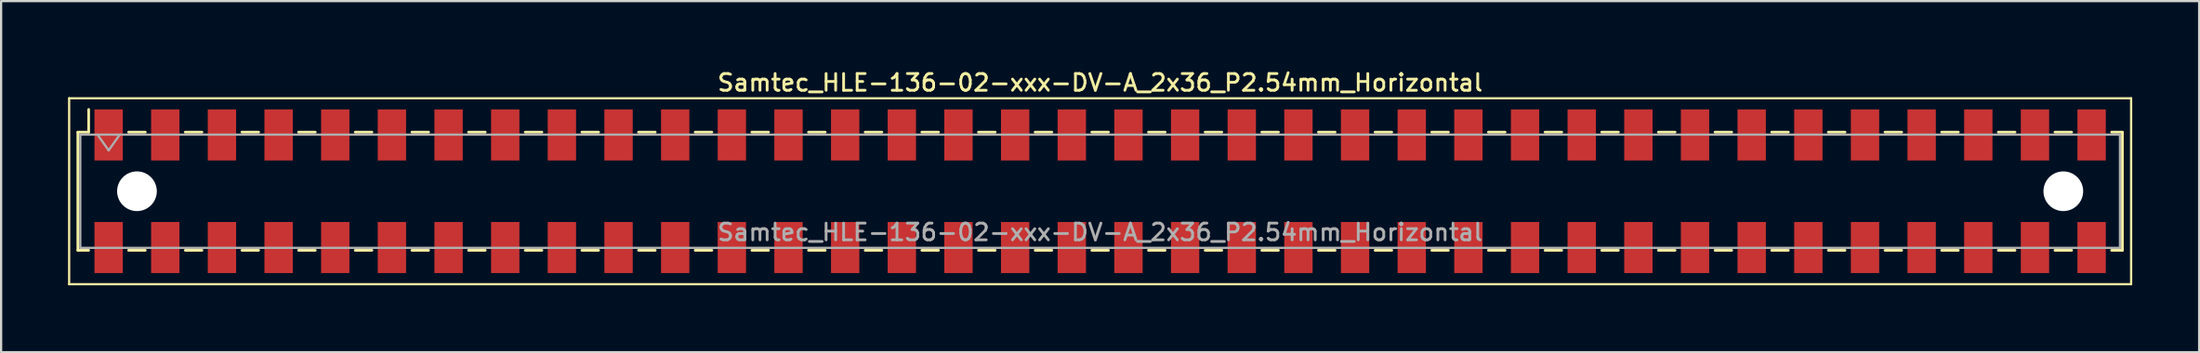
<source format=kicad_pcb>
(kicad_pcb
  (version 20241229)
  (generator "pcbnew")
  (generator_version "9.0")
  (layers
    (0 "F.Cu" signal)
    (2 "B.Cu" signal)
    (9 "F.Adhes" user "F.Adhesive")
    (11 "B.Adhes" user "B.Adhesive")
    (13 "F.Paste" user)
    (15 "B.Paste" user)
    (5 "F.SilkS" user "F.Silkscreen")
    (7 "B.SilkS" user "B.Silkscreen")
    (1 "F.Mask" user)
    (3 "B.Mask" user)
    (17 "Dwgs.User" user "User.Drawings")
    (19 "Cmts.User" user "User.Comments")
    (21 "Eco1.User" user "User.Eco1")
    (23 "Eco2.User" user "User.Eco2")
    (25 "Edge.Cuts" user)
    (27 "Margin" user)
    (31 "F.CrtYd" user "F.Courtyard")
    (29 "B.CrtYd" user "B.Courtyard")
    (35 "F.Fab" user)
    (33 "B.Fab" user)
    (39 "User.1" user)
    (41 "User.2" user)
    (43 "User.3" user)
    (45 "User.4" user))
  (footprint "Samtec_HLE-136-02-xxx-DV-A_2x36_P2.54mm_Horizontal"
    (layer "F.Cu")
    (at 46.27 5.528)
    (property "Reference" "Samtec_HLE-136-02-xxx-DV-A_2x36_P2.54mm_Horizontal" (at 0 -4.87 0) (layer "F.SilkS") (effects (font (size 0.75 0.75) (thickness 0.125))))
    (attr smd)
    (fp_line (start -46.22 -4.17) (end 46.22 -4.17) (stroke (width 0.1) (type solid)) (layer "F.SilkS"))
    (fp_line (start -46.22 4.17) (end -46.22 -4.17) (stroke (width 0.1) (type solid)) (layer "F.SilkS"))
    (fp_line (start -45.83 -2.65) (end -45.83 2.65) (stroke (width 0.12) (type solid)) (layer "F.SilkS"))
    (fp_line (start -45.83 2.65) (end -45.345 2.65) (stroke (width 0.12) (type solid)) (layer "F.SilkS"))
    (fp_line (start -45.345 -3.67) (end -45.345 -2.65) (stroke (width 0.12) (type solid)) (layer "F.SilkS"))
    (fp_line (start -45.345 -2.65) (end -45.83 -2.65) (stroke (width 0.12) (type solid)) (layer "F.SilkS"))
    (fp_line (start -43.555 -2.65) (end -42.805 -2.65) (stroke (width 0.12) (type solid)) (layer "F.SilkS"))
    (fp_line (start -43.555 2.65) (end -42.805 2.65) (stroke (width 0.12) (type solid)) (layer "F.SilkS"))
    (fp_line (start -41.015 -2.65) (end -40.265 -2.65) (stroke (width 0.12) (type solid)) (layer "F.SilkS"))
    (fp_line (start -41.015 2.65) (end -40.265 2.65) (stroke (width 0.12) (type solid)) (layer "F.SilkS"))
    (fp_line (start -38.475 -2.65) (end -37.725 -2.65) (stroke (width 0.12) (type solid)) (layer "F.SilkS"))
    (fp_line (start -38.475 2.65) (end -37.725 2.65) (stroke (width 0.12) (type solid)) (layer "F.SilkS"))
    (fp_line (start -35.935 -2.65) (end -35.185 -2.65) (stroke (width 0.12) (type solid)) (layer "F.SilkS"))
    (fp_line (start -35.935 2.65) (end -35.185 2.65) (stroke (width 0.12) (type solid)) (layer "F.SilkS"))
    (fp_line (start -33.395 -2.65) (end -32.645 -2.65) (stroke (width 0.12) (type solid)) (layer "F.SilkS"))
    (fp_line (start -33.395 2.65) (end -32.645 2.65) (stroke (width 0.12) (type solid)) (layer "F.SilkS"))
    (fp_line (start -30.855 -2.65) (end -30.105 -2.65) (stroke (width 0.12) (type solid)) (layer "F.SilkS"))
    (fp_line (start -30.855 2.65) (end -30.105 2.65) (stroke (width 0.12) (type solid)) (layer "F.SilkS"))
    (fp_line (start -28.315 -2.65) (end -27.565 -2.65) (stroke (width 0.12) (type solid)) (layer "F.SilkS"))
    (fp_line (start -28.315 2.65) (end -27.565 2.65) (stroke (width 0.12) (type solid)) (layer "F.SilkS"))
    (fp_line (start -25.775 -2.65) (end -25.025 -2.65) (stroke (width 0.12) (type solid)) (layer "F.SilkS"))
    (fp_line (start -25.775 2.65) (end -25.025 2.65) (stroke (width 0.12) (type solid)) (layer "F.SilkS"))
    (fp_line (start -23.235 -2.65) (end -22.485 -2.65) (stroke (width 0.12) (type solid)) (layer "F.SilkS"))
    (fp_line (start -23.235 2.65) (end -22.485 2.65) (stroke (width 0.12) (type solid)) (layer "F.SilkS"))
    (fp_line (start -20.695 -2.65) (end -19.945 -2.65) (stroke (width 0.12) (type solid)) (layer "F.SilkS"))
    (fp_line (start -20.695 2.65) (end -19.945 2.65) (stroke (width 0.12) (type solid)) (layer "F.SilkS"))
    (fp_line (start -18.155 -2.65) (end -17.405 -2.65) (stroke (width 0.12) (type solid)) (layer "F.SilkS"))
    (fp_line (start -18.155 2.65) (end -17.405 2.65) (stroke (width 0.12) (type solid)) (layer "F.SilkS"))
    (fp_line (start -15.615 -2.65) (end -14.865 -2.65) (stroke (width 0.12) (type solid)) (layer "F.SilkS"))
    (fp_line (start -15.615 2.65) (end -14.865 2.65) (stroke (width 0.12) (type solid)) (layer "F.SilkS"))
    (fp_line (start -13.075 -2.65) (end -12.325 -2.65) (stroke (width 0.12) (type solid)) (layer "F.SilkS"))
    (fp_line (start -13.075 2.65) (end -12.325 2.65) (stroke (width 0.12) (type solid)) (layer "F.SilkS"))
    (fp_line (start -10.535 -2.65) (end -9.785 -2.65) (stroke (width 0.12) (type solid)) (layer "F.SilkS"))
    (fp_line (start -10.535 2.65) (end -9.785 2.65) (stroke (width 0.12) (type solid)) (layer "F.SilkS"))
    (fp_line (start -7.995 -2.65) (end -7.245 -2.65) (stroke (width 0.12) (type solid)) (layer "F.SilkS"))
    (fp_line (start -7.995 2.65) (end -7.245 2.65) (stroke (width 0.12) (type solid)) (layer "F.SilkS"))
    (fp_line (start -5.455 -2.65) (end -4.705 -2.65) (stroke (width 0.12) (type solid)) (layer "F.SilkS"))
    (fp_line (start -5.455 2.65) (end -4.705 2.65) (stroke (width 0.12) (type solid)) (layer "F.SilkS"))
    (fp_line (start -2.915 -2.65) (end -2.165 -2.65) (stroke (width 0.12) (type solid)) (layer "F.SilkS"))
    (fp_line (start -2.915 2.65) (end -2.165 2.65) (stroke (width 0.12) (type solid)) (layer "F.SilkS"))
    (fp_line (start -0.375 -2.65) (end 0.375 -2.65) (stroke (width 0.12) (type solid)) (layer "F.SilkS"))
    (fp_line (start -0.375 2.65) (end 0.375 2.65) (stroke (width 0.12) (type solid)) (layer "F.SilkS"))
    (fp_line (start 2.165 -2.65) (end 2.915 -2.65) (stroke (width 0.12) (type solid)) (layer "F.SilkS"))
    (fp_line (start 2.165 2.65) (end 2.915 2.65) (stroke (width 0.12) (type solid)) (layer "F.SilkS"))
    (fp_line (start 4.705 -2.65) (end 5.455 -2.65) (stroke (width 0.12) (type solid)) (layer "F.SilkS"))
    (fp_line (start 4.705 2.65) (end 5.455 2.65) (stroke (width 0.12) (type solid)) (layer "F.SilkS"))
    (fp_line (start 7.245 -2.65) (end 7.995 -2.65) (stroke (width 0.12) (type solid)) (layer "F.SilkS"))
    (fp_line (start 7.245 2.65) (end 7.995 2.65) (stroke (width 0.12) (type solid)) (layer "F.SilkS"))
    (fp_line (start 9.785 -2.65) (end 10.535 -2.65) (stroke (width 0.12) (type solid)) (layer "F.SilkS"))
    (fp_line (start 9.785 2.65) (end 10.535 2.65) (stroke (width 0.12) (type solid)) (layer "F.SilkS"))
    (fp_line (start 12.325 -2.65) (end 13.075 -2.65) (stroke (width 0.12) (type solid)) (layer "F.SilkS"))
    (fp_line (start 12.325 2.65) (end 13.075 2.65) (stroke (width 0.12) (type solid)) (layer "F.SilkS"))
    (fp_line (start 14.865 -2.65) (end 15.615 -2.65) (stroke (width 0.12) (type solid)) (layer "F.SilkS"))
    (fp_line (start 14.865 2.65) (end 15.615 2.65) (stroke (width 0.12) (type solid)) (layer "F.SilkS"))
    (fp_line (start 17.405 -2.65) (end 18.155 -2.65) (stroke (width 0.12) (type solid)) (layer "F.SilkS"))
    (fp_line (start 17.405 2.65) (end 18.155 2.65) (stroke (width 0.12) (type solid)) (layer "F.SilkS"))
    (fp_line (start 19.945 -2.65) (end 20.695 -2.65) (stroke (width 0.12) (type solid)) (layer "F.SilkS"))
    (fp_line (start 19.945 2.65) (end 20.695 2.65) (stroke (width 0.12) (type solid)) (layer "F.SilkS"))
    (fp_line (start 22.485 -2.65) (end 23.235 -2.65) (stroke (width 0.12) (type solid)) (layer "F.SilkS"))
    (fp_line (start 22.485 2.65) (end 23.235 2.65) (stroke (width 0.12) (type solid)) (layer "F.SilkS"))
    (fp_line (start 25.025 -2.65) (end 25.775 -2.65) (stroke (width 0.12) (type solid)) (layer "F.SilkS"))
    (fp_line (start 25.025 2.65) (end 25.775 2.65) (stroke (width 0.12) (type solid)) (layer "F.SilkS"))
    (fp_line (start 27.565 -2.65) (end 28.315 -2.65) (stroke (width 0.12) (type solid)) (layer "F.SilkS"))
    (fp_line (start 27.565 2.65) (end 28.315 2.65) (stroke (width 0.12) (type solid)) (layer "F.SilkS"))
    (fp_line (start 30.105 -2.65) (end 30.855 -2.65) (stroke (width 0.12) (type solid)) (layer "F.SilkS"))
    (fp_line (start 30.105 2.65) (end 30.855 2.65) (stroke (width 0.12) (type solid)) (layer "F.SilkS"))
    (fp_line (start 32.645 -2.65) (end 33.395 -2.65) (stroke (width 0.12) (type solid)) (layer "F.SilkS"))
    (fp_line (start 32.645 2.65) (end 33.395 2.65) (stroke (width 0.12) (type solid)) (layer "F.SilkS"))
    (fp_line (start 35.185 -2.65) (end 35.935 -2.65) (stroke (width 0.12) (type solid)) (layer "F.SilkS"))
    (fp_line (start 35.185 2.65) (end 35.935 2.65) (stroke (width 0.12) (type solid)) (layer "F.SilkS"))
    (fp_line (start 37.725 -2.65) (end 38.475 -2.65) (stroke (width 0.12) (type solid)) (layer "F.SilkS"))
    (fp_line (start 37.725 2.65) (end 38.475 2.65) (stroke (width 0.12) (type solid)) (layer "F.SilkS"))
    (fp_line (start 40.265 -2.65) (end 41.015 -2.65) (stroke (width 0.12) (type solid)) (layer "F.SilkS"))
    (fp_line (start 40.265 2.65) (end 41.015 2.65) (stroke (width 0.12) (type solid)) (layer "F.SilkS"))
    (fp_line (start 42.805 -2.65) (end 43.555 -2.65) (stroke (width 0.12) (type solid)) (layer "F.SilkS"))
    (fp_line (start 42.805 2.65) (end 43.555 2.65) (stroke (width 0.12) (type solid)) (layer "F.SilkS"))
    (fp_line (start 45.345 -2.65) (end 45.83 -2.65) (stroke (width 0.12) (type solid)) (layer "F.SilkS"))
    (fp_line (start 45.83 -2.65) (end 45.83 2.65) (stroke (width 0.12) (type solid)) (layer "F.SilkS"))
    (fp_line (start 45.83 2.65) (end 45.345 2.65) (stroke (width 0.12) (type solid)) (layer "F.SilkS"))
    (fp_line (start 46.22 -4.17) (end 46.22 4.17) (stroke (width 0.1) (type solid)) (layer "F.SilkS"))
    (fp_line (start 46.22 4.17) (end -46.22 4.17) (stroke (width 0.1) (type solid)) (layer "F.SilkS"))
    (fp_line (start -45.72 -2.54) (end 45.72 -2.54) (stroke (width 0.1) (type solid)) (layer "F.Fab"))
    (fp_line (start -45.72 2.54) (end -45.72 -2.54) (stroke (width 0.1) (type solid)) (layer "F.Fab"))
    (fp_line (start -44.95 -2.54) (end -44.45 -1.833) (stroke (width 0.1) (type solid)) (layer "F.Fab"))
    (fp_line (start -44.45 -1.833) (end -43.95 -2.54) (stroke (width 0.1) (type solid)) (layer "F.Fab"))
    (fp_line (start 45.72 -2.54) (end 45.72 2.54) (stroke (width 0.1) (type solid)) (layer "F.Fab"))
    (fp_line (start 45.72 2.54) (end -45.72 2.54) (stroke (width 0.1) (type solid)) (layer "F.Fab"))
    (fp_text user "${REFERENCE}" (at 0 1.84 0) (layer "F.Fab") (effects (font (size 0.75 0.75) (thickness 0.125))))
    (pad "" np_thru_hole circle (at -43.18 0) (size 1.78 1.78) (drill 1.78) (layers "*.Cu" "*.Mask"))
    (pad "" np_thru_hole circle (at 43.18 0) (size 1.78 1.78) (drill 1.78) (layers "*.Cu" "*.Mask"))
    (pad "1" smd rect (at -44.45 -2.525) (size 1.27 2.29) (layers "F.Cu" "F.Mask" "F.Paste"))
    (pad "2" smd rect (at -44.45 2.525) (size 1.27 2.29) (layers "F.Cu" "F.Mask" "F.Paste"))
    (pad "3" smd rect (at -41.91 -2.525) (size 1.27 2.29) (layers "F.Cu" "F.Mask" "F.Paste"))
    (pad "4" smd rect (at -41.91 2.525) (size 1.27 2.29) (layers "F.Cu" "F.Mask" "F.Paste"))
    (pad "5" smd rect (at -39.37 -2.525) (size 1.27 2.29) (layers "F.Cu" "F.Mask" "F.Paste"))
    (pad "6" smd rect (at -39.37 2.525) (size 1.27 2.29) (layers "F.Cu" "F.Mask" "F.Paste"))
    (pad "7" smd rect (at -36.83 -2.525) (size 1.27 2.29) (layers "F.Cu" "F.Mask" "F.Paste"))
    (pad "8" smd rect (at -36.83 2.525) (size 1.27 2.29) (layers "F.Cu" "F.Mask" "F.Paste"))
    (pad "9" smd rect (at -34.29 -2.525) (size 1.27 2.29) (layers "F.Cu" "F.Mask" "F.Paste"))
    (pad "10" smd rect (at -34.29 2.525) (size 1.27 2.29) (layers "F.Cu" "F.Mask" "F.Paste"))
    (pad "11" smd rect (at -31.75 -2.525) (size 1.27 2.29) (layers "F.Cu" "F.Mask" "F.Paste"))
    (pad "12" smd rect (at -31.75 2.525) (size 1.27 2.29) (layers "F.Cu" "F.Mask" "F.Paste"))
    (pad "13" smd rect (at -29.21 -2.525) (size 1.27 2.29) (layers "F.Cu" "F.Mask" "F.Paste"))
    (pad "14" smd rect (at -29.21 2.525) (size 1.27 2.29) (layers "F.Cu" "F.Mask" "F.Paste"))
    (pad "15" smd rect (at -26.67 -2.525) (size 1.27 2.29) (layers "F.Cu" "F.Mask" "F.Paste"))
    (pad "16" smd rect (at -26.67 2.525) (size 1.27 2.29) (layers "F.Cu" "F.Mask" "F.Paste"))
    (pad "17" smd rect (at -24.13 -2.525) (size 1.27 2.29) (layers "F.Cu" "F.Mask" "F.Paste"))
    (pad "18" smd rect (at -24.13 2.525) (size 1.27 2.29) (layers "F.Cu" "F.Mask" "F.Paste"))
    (pad "19" smd rect (at -21.59 -2.525) (size 1.27 2.29) (layers "F.Cu" "F.Mask" "F.Paste"))
    (pad "20" smd rect (at -21.59 2.525) (size 1.27 2.29) (layers "F.Cu" "F.Mask" "F.Paste"))
    (pad "21" smd rect (at -19.05 -2.525) (size 1.27 2.29) (layers "F.Cu" "F.Mask" "F.Paste"))
    (pad "22" smd rect (at -19.05 2.525) (size 1.27 2.29) (layers "F.Cu" "F.Mask" "F.Paste"))
    (pad "23" smd rect (at -16.51 -2.525) (size 1.27 2.29) (layers "F.Cu" "F.Mask" "F.Paste"))
    (pad "24" smd rect (at -16.51 2.525) (size 1.27 2.29) (layers "F.Cu" "F.Mask" "F.Paste"))
    (pad "25" smd rect (at -13.97 -2.525) (size 1.27 2.29) (layers "F.Cu" "F.Mask" "F.Paste"))
    (pad "26" smd rect (at -13.97 2.525) (size 1.27 2.29) (layers "F.Cu" "F.Mask" "F.Paste"))
    (pad "27" smd rect (at -11.43 -2.525) (size 1.27 2.29) (layers "F.Cu" "F.Mask" "F.Paste"))
    (pad "28" smd rect (at -11.43 2.525) (size 1.27 2.29) (layers "F.Cu" "F.Mask" "F.Paste"))
    (pad "29" smd rect (at -8.89 -2.525) (size 1.27 2.29) (layers "F.Cu" "F.Mask" "F.Paste"))
    (pad "30" smd rect (at -8.89 2.525) (size 1.27 2.29) (layers "F.Cu" "F.Mask" "F.Paste"))
    (pad "31" smd rect (at -6.35 -2.525) (size 1.27 2.29) (layers "F.Cu" "F.Mask" "F.Paste"))
    (pad "32" smd rect (at -6.35 2.525) (size 1.27 2.29) (layers "F.Cu" "F.Mask" "F.Paste"))
    (pad "33" smd rect (at -3.81 -2.525) (size 1.27 2.29) (layers "F.Cu" "F.Mask" "F.Paste"))
    (pad "34" smd rect (at -3.81 2.525) (size 1.27 2.29) (layers "F.Cu" "F.Mask" "F.Paste"))
    (pad "35" smd rect (at -1.27 -2.525) (size 1.27 2.29) (layers "F.Cu" "F.Mask" "F.Paste"))
    (pad "36" smd rect (at -1.27 2.525) (size 1.27 2.29) (layers "F.Cu" "F.Mask" "F.Paste"))
    (pad "37" smd rect (at 1.27 -2.525) (size 1.27 2.29) (layers "F.Cu" "F.Mask" "F.Paste"))
    (pad "38" smd rect (at 1.27 2.525) (size 1.27 2.29) (layers "F.Cu" "F.Mask" "F.Paste"))
    (pad "39" smd rect (at 3.81 -2.525) (size 1.27 2.29) (layers "F.Cu" "F.Mask" "F.Paste"))
    (pad "40" smd rect (at 3.81 2.525) (size 1.27 2.29) (layers "F.Cu" "F.Mask" "F.Paste"))
    (pad "41" smd rect (at 6.35 -2.525) (size 1.27 2.29) (layers "F.Cu" "F.Mask" "F.Paste"))
    (pad "42" smd rect (at 6.35 2.525) (size 1.27 2.29) (layers "F.Cu" "F.Mask" "F.Paste"))
    (pad "43" smd rect (at 8.89 -2.525) (size 1.27 2.29) (layers "F.Cu" "F.Mask" "F.Paste"))
    (pad "44" smd rect (at 8.89 2.525) (size 1.27 2.29) (layers "F.Cu" "F.Mask" "F.Paste"))
    (pad "45" smd rect (at 11.43 -2.525) (size 1.27 2.29) (layers "F.Cu" "F.Mask" "F.Paste"))
    (pad "46" smd rect (at 11.43 2.525) (size 1.27 2.29) (layers "F.Cu" "F.Mask" "F.Paste"))
    (pad "47" smd rect (at 13.97 -2.525) (size 1.27 2.29) (layers "F.Cu" "F.Mask" "F.Paste"))
    (pad "48" smd rect (at 13.97 2.525) (size 1.27 2.29) (layers "F.Cu" "F.Mask" "F.Paste"))
    (pad "49" smd rect (at 16.51 -2.525) (size 1.27 2.29) (layers "F.Cu" "F.Mask" "F.Paste"))
    (pad "50" smd rect (at 16.51 2.525) (size 1.27 2.29) (layers "F.Cu" "F.Mask" "F.Paste"))
    (pad "51" smd rect (at 19.05 -2.525) (size 1.27 2.29) (layers "F.Cu" "F.Mask" "F.Paste"))
    (pad "52" smd rect (at 19.05 2.525) (size 1.27 2.29) (layers "F.Cu" "F.Mask" "F.Paste"))
    (pad "53" smd rect (at 21.59 -2.525) (size 1.27 2.29) (layers "F.Cu" "F.Mask" "F.Paste"))
    (pad "54" smd rect (at 21.59 2.525) (size 1.27 2.29) (layers "F.Cu" "F.Mask" "F.Paste"))
    (pad "55" smd rect (at 24.13 -2.525) (size 1.27 2.29) (layers "F.Cu" "F.Mask" "F.Paste"))
    (pad "56" smd rect (at 24.13 2.525) (size 1.27 2.29) (layers "F.Cu" "F.Mask" "F.Paste"))
    (pad "57" smd rect (at 26.67 -2.525) (size 1.27 2.29) (layers "F.Cu" "F.Mask" "F.Paste"))
    (pad "58" smd rect (at 26.67 2.525) (size 1.27 2.29) (layers "F.Cu" "F.Mask" "F.Paste"))
    (pad "59" smd rect (at 29.21 -2.525) (size 1.27 2.29) (layers "F.Cu" "F.Mask" "F.Paste"))
    (pad "60" smd rect (at 29.21 2.525) (size 1.27 2.29) (layers "F.Cu" "F.Mask" "F.Paste"))
    (pad "61" smd rect (at 31.75 -2.525) (size 1.27 2.29) (layers "F.Cu" "F.Mask" "F.Paste"))
    (pad "62" smd rect (at 31.75 2.525) (size 1.27 2.29) (layers "F.Cu" "F.Mask" "F.Paste"))
    (pad "63" smd rect (at 34.29 -2.525) (size 1.27 2.29) (layers "F.Cu" "F.Mask" "F.Paste"))
    (pad "64" smd rect (at 34.29 2.525) (size 1.27 2.29) (layers "F.Cu" "F.Mask" "F.Paste"))
    (pad "65" smd rect (at 36.83 -2.525) (size 1.27 2.29) (layers "F.Cu" "F.Mask" "F.Paste"))
    (pad "66" smd rect (at 36.83 2.525) (size 1.27 2.29) (layers "F.Cu" "F.Mask" "F.Paste"))
    (pad "67" smd rect (at 39.37 -2.525) (size 1.27 2.29) (layers "F.Cu" "F.Mask" "F.Paste"))
    (pad "68" smd rect (at 39.37 2.525) (size 1.27 2.29) (layers "F.Cu" "F.Mask" "F.Paste"))
    (pad "69" smd rect (at 41.91 -2.525) (size 1.27 2.29) (layers "F.Cu" "F.Mask" "F.Paste"))
    (pad "70" smd rect (at 41.91 2.525) (size 1.27 2.29) (layers "F.Cu" "F.Mask" "F.Paste"))
    (pad "71" smd rect (at 44.45 -2.525) (size 1.27 2.29) (layers "F.Cu" "F.Mask" "F.Paste"))
    (pad "72" smd rect (at 44.45 2.525) (size 1.27 2.29) (layers "F.Cu" "F.Mask" "F.Paste")))
  (gr_rect
    (start -3 -3)
    (end 95.54 12.748)
    (stroke (width 0.1) (type default))
    (fill no)
    (layer "Edge.Cuts")))
</source>
